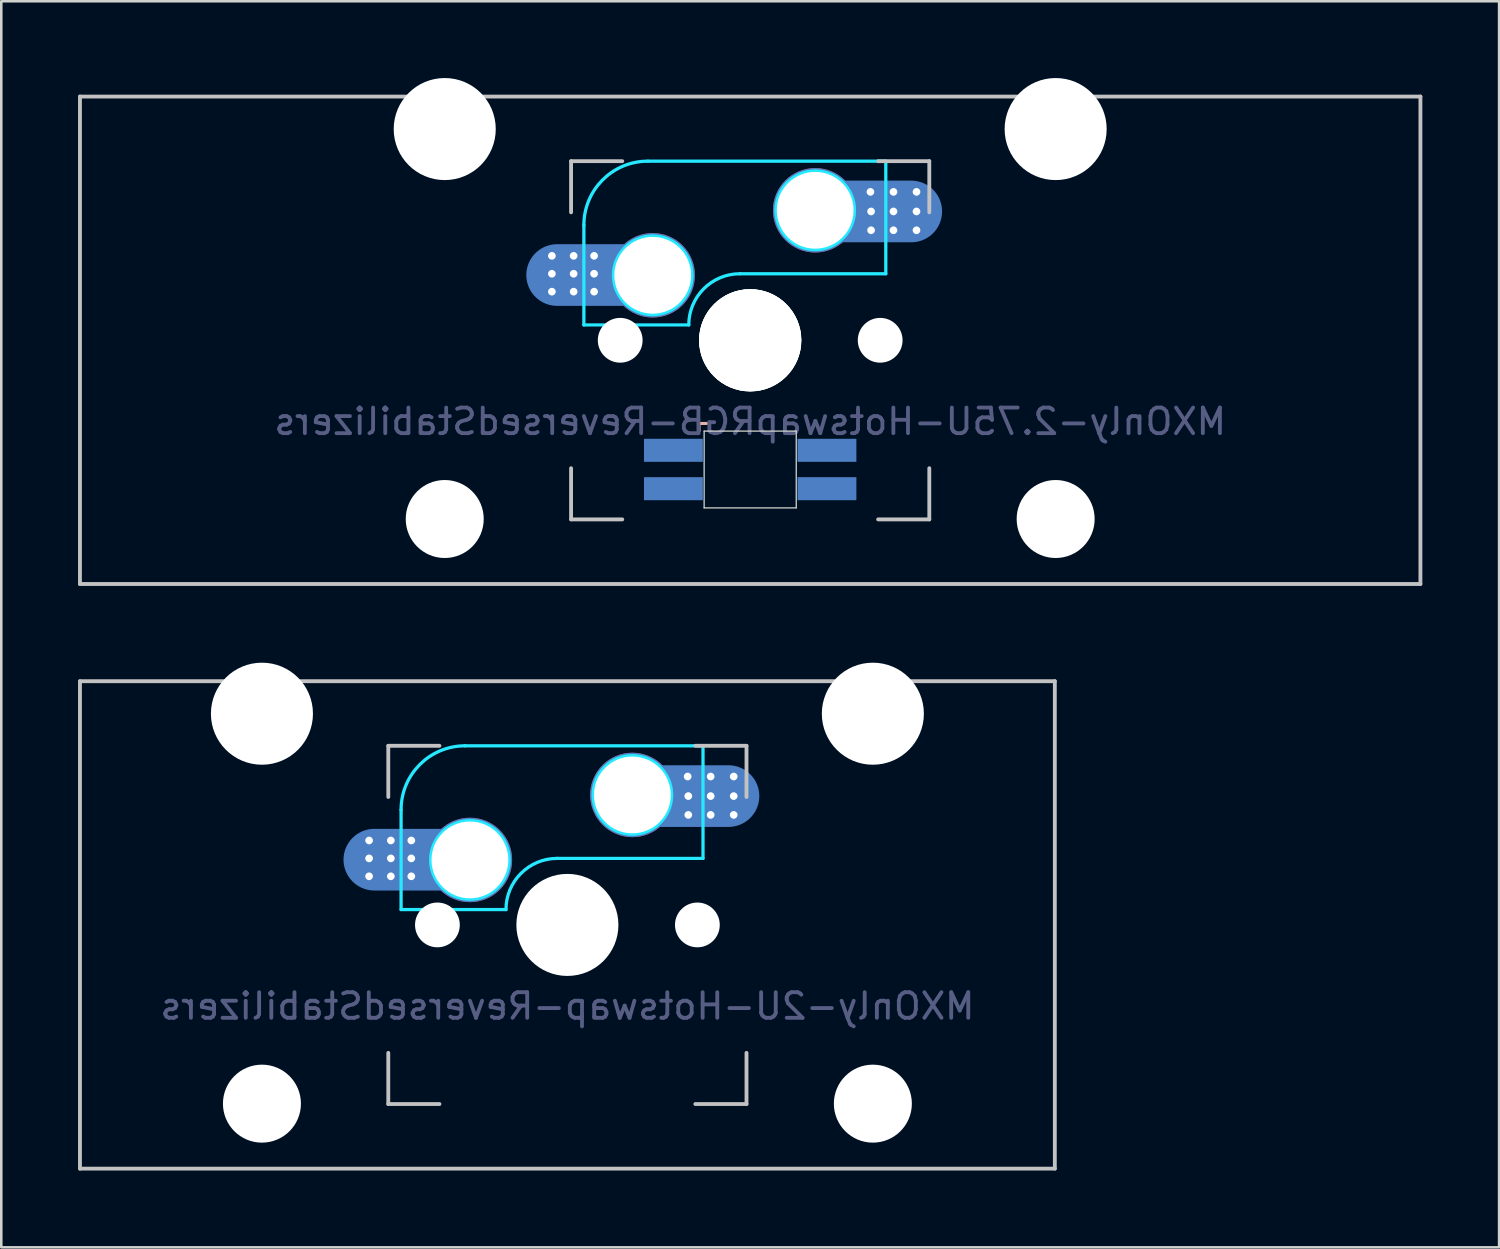
<source format=kicad_pcb>
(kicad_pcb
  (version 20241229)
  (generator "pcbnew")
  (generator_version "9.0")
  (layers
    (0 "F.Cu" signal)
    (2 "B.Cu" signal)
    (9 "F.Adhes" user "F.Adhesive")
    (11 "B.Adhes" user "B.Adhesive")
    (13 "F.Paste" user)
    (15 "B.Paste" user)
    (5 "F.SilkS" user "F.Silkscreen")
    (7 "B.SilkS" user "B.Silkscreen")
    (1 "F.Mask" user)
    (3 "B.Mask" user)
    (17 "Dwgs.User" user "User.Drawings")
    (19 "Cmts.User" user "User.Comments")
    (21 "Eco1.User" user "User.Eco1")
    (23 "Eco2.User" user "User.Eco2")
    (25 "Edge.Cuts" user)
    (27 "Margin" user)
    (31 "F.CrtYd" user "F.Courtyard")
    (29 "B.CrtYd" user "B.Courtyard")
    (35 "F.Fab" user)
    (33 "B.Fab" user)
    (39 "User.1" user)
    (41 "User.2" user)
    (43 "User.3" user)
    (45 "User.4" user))
  (footprint "MXOnly-2.75U-HotswapRGB-ReversedStabilizers"
    (layer "F.Cu")
    (at 26.269 10.249)
    (property "Reference" "MXOnly-2.75U-HotswapRGB-ReversedStabilizers" (at 0 3.175 0) (layer "B.Fab") (effects (font (size 1 1) (thickness 0.15)) (justify mirror)))
    (attr smd)
    (fp_line (start -2 3.25) (end -2 3.55) (stroke (width 0.12) (type solid)) (layer "B.SilkS"))
    (fp_line (start -1.7 3.25) (end -2 3.25) (stroke (width 0.12) (type solid)) (layer "B.SilkS"))
    (fp_line (start -26.194 -9.525) (end 26.194 -9.525) (stroke (width 0.15) (type solid)) (layer "Dwgs.User"))
    (fp_line (start -26.194 9.525) (end -26.194 -9.525) (stroke (width 0.15) (type solid)) (layer "Dwgs.User"))
    (fp_line (start -7 -7) (end -7 -5) (stroke (width 0.15) (type solid)) (layer "Dwgs.User"))
    (fp_line (start -7 5) (end -7 7) (stroke (width 0.15) (type solid)) (layer "Dwgs.User"))
    (fp_line (start -7 7) (end -5 7) (stroke (width 0.15) (type solid)) (layer "Dwgs.User"))
    (fp_line (start -5 -7) (end -7 -7) (stroke (width 0.15) (type solid)) (layer "Dwgs.User"))
    (fp_line (start 5 -7) (end 7 -7) (stroke (width 0.15) (type solid)) (layer "Dwgs.User"))
    (fp_line (start 5 7) (end 7 7) (stroke (width 0.15) (type solid)) (layer "Dwgs.User"))
    (fp_line (start 7 -5) (end 7 -7) (stroke (width 0.15) (type solid)) (layer "Dwgs.User"))
    (fp_line (start 7 7) (end 7 5) (stroke (width 0.15) (type solid)) (layer "Dwgs.User"))
    (fp_line (start 26.194 -9.525) (end 26.194 9.525) (stroke (width 0.15) (type solid)) (layer "Dwgs.User"))
    (fp_line (start 26.194 9.525) (end -26.194 9.525) (stroke (width 0.15) (type solid)) (layer "Dwgs.User"))
    (fp_line (start -1.8 3.55) (end -1.8 6.55) (stroke (width 0.05) (type default)) (layer "Edge.Cuts"))
    (fp_line (start -1.8 3.55) (end 1.8 3.55) (stroke (width 0.05) (type solid)) (layer "Edge.Cuts"))
    (fp_line (start 1.8 3.55) (end 1.8 6.55) (stroke (width 0.05) (type default)) (layer "Edge.Cuts"))
    (fp_line (start 1.8 6.55) (end -1.8 6.55) (stroke (width 0.05) (type solid)) (layer "Edge.Cuts"))
    (fp_line (start -6.5 -4.5) (end -6.5 -0.6) (stroke (width 0.127) (type solid)) (layer "B.CrtYd"))
    (fp_line (start -6.5 -0.6) (end -2.4 -0.6) (stroke (width 0.127) (type solid)) (layer "B.CrtYd"))
    (fp_line (start -0.4 -2.6) (end 5.3 -2.6) (stroke (width 0.127) (type solid)) (layer "B.CrtYd"))
    (fp_line (start 5.3 -7) (end -4 -7) (stroke (width 0.127) (type solid)) (layer "B.CrtYd"))
    (fp_line (start 5.3 -7) (end 5.3 -2.6) (stroke (width 0.127) (type solid)) (layer "B.CrtYd"))
    (fp_arc (start -6.5 -4.5) (mid -5.767767 -6.267767) (end -4 -7) (stroke (width 0.127) (type solid)) (layer "B.CrtYd"))
    (fp_arc (start -2.4 -0.6) (mid -1.814214 -2.014214) (end -0.4 -2.6) (stroke (width 0.127) (type solid)) (layer "B.CrtYd"))
    (fp_circle (center -3.81 -2.54) (end -2.286 -2.54) (stroke (width 0.15) (type solid)) (fill no) (layer "B.CrtYd"))
    (fp_circle (center 2.54 -5.08) (end 2.54 -6.604) (stroke (width 0.15) (type solid)) (fill no) (layer "B.CrtYd"))
    (pad "" np_thru_hole circle (at -11.938 -8.255) (size 3.988 3.988) (drill 3.988) (layers "*.Cu" "*.Mask"))
    (pad "" np_thru_hole circle (at -11.938 6.985) (size 3.048 3.048) (drill 3.048) (layers "*.Cu" "*.Mask"))
    (pad "" np_thru_hole circle (at -5.08 0 48.1) (size 1.75 1.75) (drill 1.75) (layers "*.Cu" "*.Mask"))
    (pad "" np_thru_hole circle (at 0 0) (size 3.988 3.988) (drill 3.988) (layers "*.Cu" "*.Mask"))
    (pad "" np_thru_hole circle (at 0 0) (size 3.988 3.988) (drill 3.988) (layers "*.Cu" "*.Mask"))
    (pad "" np_thru_hole circle (at 0 0) (size 4 4) (drill 4) (layers "*.Cu" "*.Mask"))
    (pad "" np_thru_hole circle (at 5.08 0 48.1) (size 1.75 1.75) (drill 1.75) (layers "*.Cu" "*.Mask"))
    (pad "" np_thru_hole circle (at 11.938 -8.255) (size 3.988 3.988) (drill 3.988) (layers "*.Cu" "*.Mask"))
    (pad "" np_thru_hole circle (at 11.938 6.985) (size 3.048 3.048) (drill 3.048) (layers "*.Cu" "*.Mask"))
    (pad "1" thru_hole circle (at 2.54 -5.08) (size 3.3 3.3) (drill 3) (layers "*.Cu" "B.Mask"))
    (pad "1" thru_hole circle (at 4.7 -5.8) (size 0.4 0.4) (drill 0.3) (layers "*.Cu" "B.Mask"))
    (pad "1" thru_hole circle (at 4.725 -5.035) (size 0.4 0.4) (drill 0.3) (layers "*.Cu" "B.Mask"))
    (pad "1" thru_hole circle (at 4.725 -4.3) (size 0.4 0.4) (drill 0.3) (layers "*.Cu" "B.Mask"))
    (pad "1" smd oval (at 4.75 -5.035) (size 5.5 2.41) (layers "B.Cu" "B.Mask" "B.Paste"))
    (pad "1" thru_hole circle (at 5.6 -5.8) (size 0.4 0.4) (drill 0.3) (layers "*.Cu" "B.Mask"))
    (pad "1" thru_hole circle (at 5.6 -5.035) (size 0.4 0.4) (drill 0.3) (layers "*.Cu" "B.Mask"))
    (pad "1" thru_hole circle (at 5.6 -4.3) (size 0.4 0.4) (drill 0.3) (layers "*.Cu" "B.Mask"))
    (pad "1" thru_hole circle (at 6.5 -5.8) (size 0.4 0.4) (drill 0.3) (layers "*.Cu" "B.Mask"))
    (pad "1" thru_hole circle (at 6.5 -5.035) (size 0.4 0.4) (drill 0.3) (layers "*.Cu" "B.Mask"))
    (pad "1" thru_hole circle (at 6.5 -4.3) (size 0.4 0.4) (drill 0.3) (layers "*.Cu" "B.Mask"))
    (pad "2" thru_hole circle (at -7.75 -3.3) (size 0.4 0.4) (drill 0.3) (layers "*.Cu" "B.Mask"))
    (pad "2" thru_hole circle (at -7.75 -2.6) (size 0.4 0.4) (drill 0.3) (layers "*.Cu" "B.Mask"))
    (pad "2" thru_hole circle (at -7.75 -1.9) (size 0.4 0.4) (drill 0.3) (layers "*.Cu" "B.Mask"))
    (pad "2" thru_hole circle (at -6.9 -3.3) (size 0.4 0.4) (drill 0.3) (layers "*.Cu" "B.Mask"))
    (pad "2" thru_hole circle (at -6.9 -2.6) (size 0.4 0.4) (drill 0.3) (layers "*.Cu" "B.Mask"))
    (pad "2" thru_hole circle (at -6.9 -1.9) (size 0.4 0.4) (drill 0.3) (layers "*.Cu" "B.Mask"))
    (pad "2" thru_hole circle (at -6.1 -3.3) (size 0.4 0.4) (drill 0.3) (layers "*.Cu" "B.Mask"))
    (pad "2" thru_hole circle (at -6.1 -2.6) (size 0.4 0.4) (drill 0.3) (layers "*.Cu" "B.Mask"))
    (pad "2" thru_hole circle (at -6.1 -1.9) (size 0.4 0.4) (drill 0.3) (layers "*.Cu" "B.Mask"))
    (pad "2" smd oval (at -6 -2.55) (size 5.5 2.41) (layers "B.Cu" "B.Mask" "B.Paste"))
    (pad "2" thru_hole circle (at -3.81 -2.54) (size 3.3 3.3) (drill 3) (layers "*.Cu" "B.Mask"))
    (pad "3" smd rect (at -3 4.3) (size 2.3 0.9) (layers "B.Cu" "B.Mask" "B.Paste"))
    (pad "4" smd rect (at -3 5.8) (size 2.3 0.9) (layers "B.Cu" "B.Mask" "B.Paste"))
    (pad "5" smd rect (at 3 4.3) (size 2.3 0.9) (layers "B.Cu" "B.Mask" "B.Paste"))
    (pad "6" smd rect (at 3 5.8) (size 2.3 0.9) (layers "B.Cu" "B.Mask" "B.Paste")))
  (footprint "MXOnly-2U-Hotswap-ReversedStabilizers"
    (layer "F.Cu")
    (at 19.125 33.098)
    (property "Reference" "MXOnly-2U-Hotswap-ReversedStabilizers" (at 0 3.175 0) (layer "B.Fab") (effects (font (size 1 1) (thickness 0.15)) (justify mirror)))
    (attr smd)
    (fp_line (start -19.05 -9.525) (end 19.05 -9.525) (stroke (width 0.15) (type solid)) (layer "Dwgs.User"))
    (fp_line (start -19.05 9.525) (end -19.05 -9.525) (stroke (width 0.15) (type solid)) (layer "Dwgs.User"))
    (fp_line (start -7 -7) (end -7 -5) (stroke (width 0.15) (type solid)) (layer "Dwgs.User"))
    (fp_line (start -7 5) (end -7 7) (stroke (width 0.15) (type solid)) (layer "Dwgs.User"))
    (fp_line (start -7 7) (end -5 7) (stroke (width 0.15) (type solid)) (layer "Dwgs.User"))
    (fp_line (start -5 -7) (end -7 -7) (stroke (width 0.15) (type solid)) (layer "Dwgs.User"))
    (fp_line (start 5 -7) (end 7 -7) (stroke (width 0.15) (type solid)) (layer "Dwgs.User"))
    (fp_line (start 5 7) (end 7 7) (stroke (width 0.15) (type solid)) (layer "Dwgs.User"))
    (fp_line (start 7 -5) (end 7 -7) (stroke (width 0.15) (type solid)) (layer "Dwgs.User"))
    (fp_line (start 7 7) (end 7 5) (stroke (width 0.15) (type solid)) (layer "Dwgs.User"))
    (fp_line (start 19.05 -9.525) (end 19.05 9.525) (stroke (width 0.15) (type solid)) (layer "Dwgs.User"))
    (fp_line (start 19.05 9.525) (end -19.05 9.525) (stroke (width 0.15) (type solid)) (layer "Dwgs.User"))
    (fp_line (start -6.5 -4.5) (end -6.5 -0.6) (stroke (width 0.127) (type solid)) (layer "B.CrtYd"))
    (fp_line (start -6.5 -0.6) (end -2.4 -0.6) (stroke (width 0.127) (type solid)) (layer "B.CrtYd"))
    (fp_line (start -0.4 -2.6) (end 5.3 -2.6) (stroke (width 0.127) (type solid)) (layer "B.CrtYd"))
    (fp_line (start 5.3 -7) (end -4 -7) (stroke (width 0.127) (type solid)) (layer "B.CrtYd"))
    (fp_line (start 5.3 -7) (end 5.3 -2.6) (stroke (width 0.127) (type solid)) (layer "B.CrtYd"))
    (fp_arc (start -6.5 -4.5) (mid -5.767767 -6.267767) (end -4 -7) (stroke (width 0.127) (type solid)) (layer "B.CrtYd"))
    (fp_arc (start -2.4 -0.6) (mid -1.814214 -2.014214) (end -0.4 -2.6) (stroke (width 0.127) (type solid)) (layer "B.CrtYd"))
    (fp_circle (center -3.81 -2.54) (end -2.286 -2.54) (stroke (width 0.15) (type solid)) (fill no) (layer "B.CrtYd"))
    (fp_circle (center 2.54 -5.08) (end 2.54 -6.604) (stroke (width 0.15) (type solid)) (fill no) (layer "B.CrtYd"))
    (pad "" np_thru_hole circle (at -11.938 -8.255) (size 3.988 3.988) (drill 3.988) (layers "*.Cu" "*.Mask"))
    (pad "" np_thru_hole circle (at -11.938 6.985) (size 3.048 3.048) (drill 3.048) (layers "*.Cu" "*.Mask"))
    (pad "" np_thru_hole circle (at -5.08 0 48.1) (size 1.75 1.75) (drill 1.75) (layers "*.Cu" "*.Mask"))
    (pad "" np_thru_hole circle (at 0 0) (size 3.988 3.988) (drill 3.988) (layers "*.Cu" "*.Mask"))
    (pad "" np_thru_hole circle (at 5.08 0 48.1) (size 1.75 1.75) (drill 1.75) (layers "*.Cu" "*.Mask"))
    (pad "" np_thru_hole circle (at 11.938 -8.255) (size 3.988 3.988) (drill 3.988) (layers "*.Cu" "*.Mask"))
    (pad "" np_thru_hole circle (at 11.938 6.985) (size 3.048 3.048) (drill 3.048) (layers "*.Cu" "*.Mask"))
    (pad "1" thru_hole circle (at 2.54 -5.08) (size 3.3 3.3) (drill 3) (layers "*.Cu" "B.Mask"))
    (pad "1" thru_hole circle (at 4.7 -5.8) (size 0.4 0.4) (drill 0.3) (layers "*.Cu" "B.Mask"))
    (pad "1" thru_hole circle (at 4.725 -5.035) (size 0.4 0.4) (drill 0.3) (layers "*.Cu" "B.Mask"))
    (pad "1" thru_hole circle (at 4.725 -4.3) (size 0.4 0.4) (drill 0.3) (layers "*.Cu" "B.Mask"))
    (pad "1" smd oval (at 4.75 -5.035) (size 5.5 2.41) (layers "B.Cu" "B.Mask" "B.Paste"))
    (pad "1" thru_hole circle (at 5.6 -5.8) (size 0.4 0.4) (drill 0.3) (layers "*.Cu" "B.Mask"))
    (pad "1" thru_hole circle (at 5.6 -5.035) (size 0.4 0.4) (drill 0.3) (layers "*.Cu" "B.Mask"))
    (pad "1" thru_hole circle (at 5.6 -4.3) (size 0.4 0.4) (drill 0.3) (layers "*.Cu" "B.Mask"))
    (pad "1" thru_hole circle (at 6.5 -5.8) (size 0.4 0.4) (drill 0.3) (layers "*.Cu" "B.Mask"))
    (pad "1" thru_hole circle (at 6.5 -5.035) (size 0.4 0.4) (drill 0.3) (layers "*.Cu" "B.Mask"))
    (pad "1" thru_hole circle (at 6.5 -4.3) (size 0.4 0.4) (drill 0.3) (layers "*.Cu" "B.Mask"))
    (pad "2" thru_hole circle (at -7.75 -3.3) (size 0.4 0.4) (drill 0.3) (layers "*.Cu" "B.Mask"))
    (pad "2" thru_hole circle (at -7.75 -2.6) (size 0.4 0.4) (drill 0.3) (layers "*.Cu" "B.Mask"))
    (pad "2" thru_hole circle (at -7.75 -1.9) (size 0.4 0.4) (drill 0.3) (layers "*.Cu" "B.Mask"))
    (pad "2" thru_hole circle (at -6.9 -3.3) (size 0.4 0.4) (drill 0.3) (layers "*.Cu" "B.Mask"))
    (pad "2" thru_hole circle (at -6.9 -2.6) (size 0.4 0.4) (drill 0.3) (layers "*.Cu" "B.Mask"))
    (pad "2" thru_hole circle (at -6.9 -1.9) (size 0.4 0.4) (drill 0.3) (layers "*.Cu" "B.Mask"))
    (pad "2" thru_hole circle (at -6.1 -3.3) (size 0.4 0.4) (drill 0.3) (layers "*.Cu" "B.Mask"))
    (pad "2" thru_hole circle (at -6.1 -2.6) (size 0.4 0.4) (drill 0.3) (layers "*.Cu" "B.Mask"))
    (pad "2" thru_hole circle (at -6.1 -1.9) (size 0.4 0.4) (drill 0.3) (layers "*.Cu" "B.Mask"))
    (pad "2" smd oval (at -6 -2.55) (size 5.5 2.41) (layers "B.Cu" "B.Mask" "B.Paste"))
    (pad "2" thru_hole circle (at -3.81 -2.54) (size 3.3 3.3) (drill 3) (layers "*.Cu" "B.Mask")))
  (gr_rect
    (start -3 -3)
    (end 55.538 45.698)
    (stroke (width 0.1) (type default))
    (fill no)
    (layer "Edge.Cuts")))
</source>
